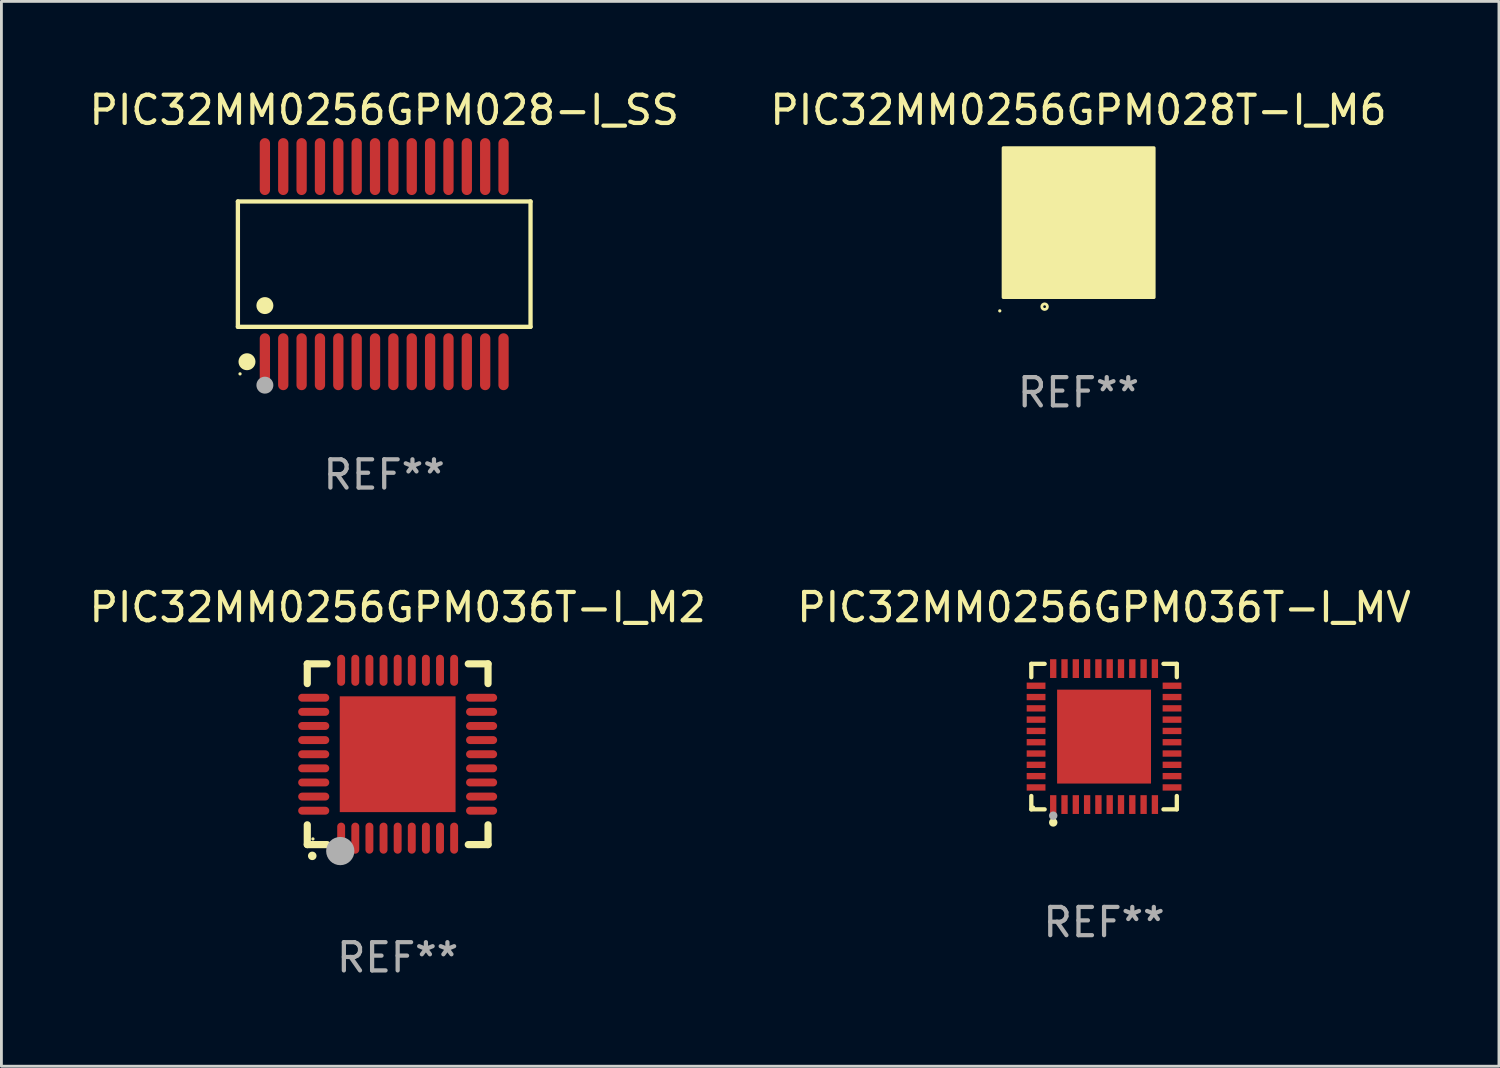
<source format=kicad_pcb>
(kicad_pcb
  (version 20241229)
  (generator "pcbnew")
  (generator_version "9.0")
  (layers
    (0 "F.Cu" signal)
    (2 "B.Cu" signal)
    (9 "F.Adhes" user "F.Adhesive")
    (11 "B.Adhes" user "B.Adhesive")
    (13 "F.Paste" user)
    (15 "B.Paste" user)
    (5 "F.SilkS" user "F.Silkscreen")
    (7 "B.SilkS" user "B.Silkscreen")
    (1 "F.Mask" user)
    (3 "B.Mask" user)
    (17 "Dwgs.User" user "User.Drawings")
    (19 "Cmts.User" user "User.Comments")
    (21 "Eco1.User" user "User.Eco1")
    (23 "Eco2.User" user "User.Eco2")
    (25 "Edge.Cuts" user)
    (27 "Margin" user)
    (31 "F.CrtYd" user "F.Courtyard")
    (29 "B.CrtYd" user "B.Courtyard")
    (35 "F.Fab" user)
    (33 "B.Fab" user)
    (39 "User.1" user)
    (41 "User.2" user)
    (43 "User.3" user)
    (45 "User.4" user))
  (footprint "PIC32MM0256GPM036T-I_M2"
    (layer "F.Cu")
    (at 11.03 23.655)
    (property "Reference" "PIC32MM0256GPM036T-I_M2" (at 0 -5.2 0) (layer "F.SilkS") (effects (font (size 1 1) (thickness 0.15))))
    (attr through_hole)
    (fp_line (start -3.2 -3.2) (end -2.5 -3.2) (stroke (width 0.254) (type solid)) (layer "F.SilkS"))
    (fp_line (start -3.2 -2.5) (end -3.2 -3.2) (stroke (width 0.254) (type solid)) (layer "F.SilkS"))
    (fp_line (start -3.2 3.2) (end -3.2 2.5) (stroke (width 0.254) (type solid)) (layer "F.SilkS"))
    (fp_line (start -2.5 3.2) (end -3.2 3.2) (stroke (width 0.254) (type solid)) (layer "F.SilkS"))
    (fp_line (start 3.2 -3.2) (end 2.5 -3.2) (stroke (width 0.254) (type solid)) (layer "F.SilkS"))
    (fp_line (start 3.2 -2.5) (end 3.2 -3.2) (stroke (width 0.254) (type solid)) (layer "F.SilkS"))
    (fp_line (start 3.2 2.5) (end 3.2 3.2) (stroke (width 0.254) (type solid)) (layer "F.SilkS"))
    (fp_line (start 3.2 3.2) (end 2.5 3.2) (stroke (width 0.254) (type solid)) (layer "F.SilkS"))
    (fp_arc (start -3.025146 3.599187) (mid -3.023876 3.599182) (end -3.022606 3.599187) (stroke (width 0.3) (type solid)) (layer "F.SilkS"))
    (fp_circle (center -3 3) (end -2.97 3) (stroke (width 0.06) (type solid)) (fill no) (layer "F.SilkS"))
    (fp_circle (center -2.032 3.429) (end -1.782 3.429) (stroke (width 0.5) (type solid)) (fill no) (layer "F.Fab"))
    (fp_text user "REF**" (at 0 7.2 0) (layer "F.Fab") (effects (font (size 1 1) (thickness 0.15))))
    (pad "1" smd oval (at -2 2.972) (size 0.28 1.1) (layers "F.Cu" "F.Mask" "F.Paste"))
    (pad "2" smd oval (at -1.5 2.972) (size 0.28 1.1) (layers "F.Cu" "F.Mask" "F.Paste"))
    (pad "3" smd oval (at -1 2.972) (size 0.28 1.1) (layers "F.Cu" "F.Mask" "F.Paste"))
    (pad "4" smd oval (at -0.5 2.972) (size 0.28 1.1) (layers "F.Cu" "F.Mask" "F.Paste"))
    (pad "5" smd oval (at 0.000102 2.972) (size 0.28 1.1) (layers "F.Cu" "F.Mask" "F.Paste"))
    (pad "6" smd oval (at 0.5 2.972) (size 0.28 1.1) (layers "F.Cu" "F.Mask" "F.Paste"))
    (pad "7" smd oval (at 1 2.972) (size 0.28 1.1) (layers "F.Cu" "F.Mask" "F.Paste"))
    (pad "8" smd oval (at 1.5 2.972) (size 0.28 1.1) (layers "F.Cu" "F.Mask" "F.Paste"))
    (pad "9" smd oval (at 2 2.972) (size 0.28 1.1) (layers "F.Cu" "F.Mask" "F.Paste"))
    (pad "10" smd oval (at 2.972 2 90) (size 0.28 1.1) (layers "F.Cu" "F.Mask" "F.Paste"))
    (pad "11" smd oval (at 2.972 1.5 90) (size 0.28 1.1) (layers "F.Cu" "F.Mask" "F.Paste"))
    (pad "12" smd oval (at 2.972 1 90) (size 0.28 1.1) (layers "F.Cu" "F.Mask" "F.Paste"))
    (pad "13" smd oval (at 2.972 0.5 90) (size 0.28 1.1) (layers "F.Cu" "F.Mask" "F.Paste"))
    (pad "14" smd oval (at 2.972 0.000102 90) (size 0.28 1.1) (layers "F.Cu" "F.Mask" "F.Paste"))
    (pad "15" smd oval (at 2.972 -0.5 90) (size 0.28 1.1) (layers "F.Cu" "F.Mask" "F.Paste"))
    (pad "16" smd oval (at 2.972 -1 90) (size 0.28 1.1) (layers "F.Cu" "F.Mask" "F.Paste"))
    (pad "17" smd oval (at 2.972 -1.5 90) (size 0.28 1.1) (layers "F.Cu" "F.Mask" "F.Paste"))
    (pad "18" smd oval (at 2.972 -2 90) (size 0.28 1.1) (layers "F.Cu" "F.Mask" "F.Paste"))
    (pad "19" smd oval (at 2 -2.972 180) (size 0.28 1.1) (layers "F.Cu" "F.Mask" "F.Paste"))
    (pad "20" smd oval (at 1.5 -2.972 180) (size 0.28 1.1) (layers "F.Cu" "F.Mask" "F.Paste"))
    (pad "21" smd oval (at 1 -2.972 180) (size 0.28 1.1) (layers "F.Cu" "F.Mask" "F.Paste"))
    (pad "22" smd oval (at 0.5 -2.972 180) (size 0.28 1.1) (layers "F.Cu" "F.Mask" "F.Paste"))
    (pad "23" smd oval (at 0.000102 -2.972 180) (size 0.28 1.1) (layers "F.Cu" "F.Mask" "F.Paste"))
    (pad "24" smd oval (at -0.5 -2.972 180) (size 0.28 1.1) (layers "F.Cu" "F.Mask" "F.Paste"))
    (pad "25" smd oval (at -1 -2.972 180) (size 0.28 1.1) (layers "F.Cu" "F.Mask" "F.Paste"))
    (pad "26" smd oval (at -1.5 -2.972 180) (size 0.28 1.1) (layers "F.Cu" "F.Mask" "F.Paste"))
    (pad "27" smd oval (at -2 -2.972 180) (size 0.28 1.1) (layers "F.Cu" "F.Mask" "F.Paste"))
    (pad "28" smd oval (at -2.972 -2 270) (size 0.28 1.1) (layers "F.Cu" "F.Mask" "F.Paste"))
    (pad "29" smd oval (at -2.972 -1.5 270) (size 0.28 1.1) (layers "F.Cu" "F.Mask" "F.Paste"))
    (pad "30" smd oval (at -2.972 -1 270) (size 0.28 1.1) (layers "F.Cu" "F.Mask" "F.Paste"))
    (pad "31" smd oval (at -2.972 -0.5 270) (size 0.28 1.1) (layers "F.Cu" "F.Mask" "F.Paste"))
    (pad "32" smd oval (at -2.972 0.000102 270) (size 0.28 1.1) (layers "F.Cu" "F.Mask" "F.Paste"))
    (pad "33" smd oval (at -2.972 0.5 270) (size 0.28 1.1) (layers "F.Cu" "F.Mask" "F.Paste"))
    (pad "34" smd oval (at -2.972 1 270) (size 0.28 1.1) (layers "F.Cu" "F.Mask" "F.Paste"))
    (pad "35" smd oval (at -2.972 1.5 270) (size 0.28 1.1) (layers "F.Cu" "F.Mask" "F.Paste"))
    (pad "36" smd oval (at -2.972 2 270) (size 0.28 1.1) (layers "F.Cu" "F.Mask" "F.Paste"))
    (pad "37" smd rect (at 0.000102 0.000102) (size 4.1 4.1) (layers "F.Cu" "F.Mask" "F.Paste")))
  (footprint "PIC32MM0256GPM036T-I_MV"
    (layer "F.Cu")
    (at 36.042 23.031)
    (property "Reference" "PIC32MM0256GPM036T-I_MV" (at 0 -4.576 0) (layer "F.SilkS") (effects (font (size 1 1) (thickness 0.15))))
    (attr through_hole)
    (fp_line (start -2.576 -2.576) (end -2.103 -2.576) (stroke (width 0.152) (type solid)) (layer "F.SilkS"))
    (fp_line (start -2.576 -2.103) (end -2.576 -2.576) (stroke (width 0.152) (type solid)) (layer "F.SilkS"))
    (fp_line (start -2.576 2.103) (end -2.576 2.576) (stroke (width 0.152) (type solid)) (layer "F.SilkS"))
    (fp_line (start -2.576 2.576) (end -2.103 2.576) (stroke (width 0.152) (type solid)) (layer "F.SilkS"))
    (fp_line (start 2.576 -2.576) (end 2.103 -2.576) (stroke (width 0.152) (type solid)) (layer "F.SilkS"))
    (fp_line (start 2.576 -2.103) (end 2.576 -2.576) (stroke (width 0.152) (type solid)) (layer "F.SilkS"))
    (fp_line (start 2.576 2.103) (end 2.576 2.576) (stroke (width 0.152) (type solid)) (layer "F.SilkS"))
    (fp_line (start 2.576 2.576) (end 2.103 2.576) (stroke (width 0.152) (type solid)) (layer "F.SilkS"))
    (fp_circle (center -2.5 2.5) (end -2.47 2.5) (stroke (width 0.06) (type solid)) (fill no) (layer "F.SilkS"))
    (fp_circle (center -1.8 3.04) (end -1.725 3.04) (stroke (width 0.15) (type solid)) (fill no) (layer "F.SilkS"))
    (fp_circle (center -1.8 2.8) (end -1.725 2.8) (stroke (width 0.15) (type solid)) (fill no) (layer "F.Fab"))
    (fp_text user "REF**" (at 0 6.576 0) (layer "F.Fab") (effects (font (size 1 1) (thickness 0.15))))
    (pad "1" smd rect (at -1.8 2.407) (size 0.224 0.665) (layers "F.Cu" "F.Mask" "F.Paste"))
    (pad "2" smd rect (at -1.4 2.407) (size 0.224 0.665) (layers "F.Cu" "F.Mask" "F.Paste"))
    (pad "3" smd rect (at -1 2.407) (size 0.224 0.665) (layers "F.Cu" "F.Mask" "F.Paste"))
    (pad "4" smd rect (at -0.6 2.407) (size 0.224 0.665) (layers "F.Cu" "F.Mask" "F.Paste"))
    (pad "5" smd rect (at -0.2 2.407) (size 0.224 0.665) (layers "F.Cu" "F.Mask" "F.Paste"))
    (pad "6" smd rect (at 0.2 2.407) (size 0.224 0.665) (layers "F.Cu" "F.Mask" "F.Paste"))
    (pad "7" smd rect (at 0.6 2.407) (size 0.224 0.665) (layers "F.Cu" "F.Mask" "F.Paste"))
    (pad "8" smd rect (at 1 2.407) (size 0.224 0.665) (layers "F.Cu" "F.Mask" "F.Paste"))
    (pad "9" smd rect (at 1.4 2.407) (size 0.224 0.665) (layers "F.Cu" "F.Mask" "F.Paste"))
    (pad "10" smd rect (at 1.8 2.407) (size 0.224 0.665) (layers "F.Cu" "F.Mask" "F.Paste"))
    (pad "11" smd rect (at 2.407 1.8) (size 0.665 0.224) (layers "F.Cu" "F.Mask" "F.Paste"))
    (pad "12" smd rect (at 2.407 1.4) (size 0.665 0.224) (layers "F.Cu" "F.Mask" "F.Paste"))
    (pad "13" smd rect (at 2.407 1) (size 0.665 0.224) (layers "F.Cu" "F.Mask" "F.Paste"))
    (pad "14" smd rect (at 2.407 0.6) (size 0.665 0.224) (layers "F.Cu" "F.Mask" "F.Paste"))
    (pad "15" smd rect (at 2.407 0.2) (size 0.665 0.224) (layers "F.Cu" "F.Mask" "F.Paste"))
    (pad "16" smd rect (at 2.407 -0.2) (size 0.665 0.224) (layers "F.Cu" "F.Mask" "F.Paste"))
    (pad "17" smd rect (at 2.407 -0.6) (size 0.665 0.224) (layers "F.Cu" "F.Mask" "F.Paste"))
    (pad "18" smd rect (at 2.407 -1) (size 0.665 0.224) (layers "F.Cu" "F.Mask" "F.Paste"))
    (pad "19" smd rect (at 2.407 -1.4) (size 0.665 0.224) (layers "F.Cu" "F.Mask" "F.Paste"))
    (pad "20" smd rect (at 2.407 -1.8) (size 0.665 0.224) (layers "F.Cu" "F.Mask" "F.Paste"))
    (pad "21" smd rect (at 1.8 -2.407) (size 0.224 0.665) (layers "F.Cu" "F.Mask" "F.Paste"))
    (pad "22" smd rect (at 1.4 -2.407) (size 0.224 0.665) (layers "F.Cu" "F.Mask" "F.Paste"))
    (pad "23" smd rect (at 1 -2.407) (size 0.224 0.665) (layers "F.Cu" "F.Mask" "F.Paste"))
    (pad "24" smd rect (at 0.6 -2.407) (size 0.224 0.665) (layers "F.Cu" "F.Mask" "F.Paste"))
    (pad "25" smd rect (at 0.2 -2.407) (size 0.224 0.665) (layers "F.Cu" "F.Mask" "F.Paste"))
    (pad "26" smd rect (at -0.2 -2.407) (size 0.224 0.665) (layers "F.Cu" "F.Mask" "F.Paste"))
    (pad "27" smd rect (at -0.6 -2.407) (size 0.224 0.665) (layers "F.Cu" "F.Mask" "F.Paste"))
    (pad "28" smd rect (at -1 -2.407) (size 0.224 0.665) (layers "F.Cu" "F.Mask" "F.Paste"))
    (pad "29" smd rect (at -1.4 -2.407) (size 0.224 0.665) (layers "F.Cu" "F.Mask" "F.Paste"))
    (pad "30" smd rect (at -1.8 -2.407) (size 0.224 0.665) (layers "F.Cu" "F.Mask" "F.Paste"))
    (pad "31" smd rect (at -2.407 -1.8) (size 0.665 0.224) (layers "F.Cu" "F.Mask" "F.Paste"))
    (pad "32" smd rect (at -2.407 -1.4) (size 0.665 0.224) (layers "F.Cu" "F.Mask" "F.Paste"))
    (pad "33" smd rect (at -2.407 -1) (size 0.665 0.224) (layers "F.Cu" "F.Mask" "F.Paste"))
    (pad "34" smd rect (at -2.407 -0.6) (size 0.665 0.224) (layers "F.Cu" "F.Mask" "F.Paste"))
    (pad "35" smd rect (at -2.407 -0.2) (size 0.665 0.224) (layers "F.Cu" "F.Mask" "F.Paste"))
    (pad "36" smd rect (at -2.407 0.2) (size 0.665 0.224) (layers "F.Cu" "F.Mask" "F.Paste"))
    (pad "37" smd rect (at -2.407 0.6) (size 0.665 0.224) (layers "F.Cu" "F.Mask" "F.Paste"))
    (pad "38" smd rect (at -2.407 1) (size 0.665 0.224) (layers "F.Cu" "F.Mask" "F.Paste"))
    (pad "39" smd rect (at -2.407 1.4) (size 0.665 0.224) (layers "F.Cu" "F.Mask" "F.Paste"))
    (pad "40" smd rect (at -2.407 1.8) (size 0.665 0.224) (layers "F.Cu" "F.Mask" "F.Paste"))
    (pad "41" smd rect (at 0 0) (size 3.325 3.325) (layers "F.Cu" "F.Mask" "F.Paste")))
  (footprint "PIC32MM0256GPM028T-I_M6"
    (layer "F.Cu")
    (at 35.137 4.848)
    (property "Reference" "PIC32MM0256GPM028T-I_M6" (at 0 -4 0) (layer "F.SilkS") (effects (font (size 1 1) (thickness 0.15))))
    (attr through_hole)
    (fp_circle (center -2.787 3.109) (end -2.757 3.109) (stroke (width 0.06) (type solid)) (fill no) (layer "F.SilkS"))
    (fp_circle (center -1.2 2.96) (end -1.101 2.96) (stroke (width 0.1) (type solid)) (fill no) (layer "F.SilkS"))
    (fp_poly (pts (xy -2.66 -2.66) (xy 2.67 -2.66) (xy 2.67 2.63) (xy -2.66 2.63)) (stroke (width 0.12) (type solid)) (fill yes) (layer "F.SilkS"))
    (fp_text user "REF**" (at 0 6 0) (layer "F.Fab") (effects (font (size 1 1) (thickness 0.15))))
    (pad "1" smd rect (at -1.2 2 180) (size 0.2 0.85) (layers "F.Cu" "F.Mask" "F.Paste"))
    (pad "2" smd rect (at -0.8 2 180) (size 0.2 0.85) (layers "F.Cu" "F.Mask" "F.Paste"))
    (pad "3" smd rect (at -0.4 2 180) (size 0.2 0.85) (layers "F.Cu" "F.Mask" "F.Paste"))
    (pad "4" smd rect (at -0.001 2 180) (size 0.2 0.85) (layers "F.Cu" "F.Mask" "F.Paste"))
    (pad "5" smd rect (at 0.4 2 180) (size 0.2 0.85) (layers "F.Cu" "F.Mask" "F.Paste"))
    (pad "6" smd rect (at 0.8 2 180) (size 0.2 0.85) (layers "F.Cu" "F.Mask" "F.Paste"))
    (pad "7" smd rect (at 1.2 2 180) (size 0.2 0.85) (layers "F.Cu" "F.Mask" "F.Paste"))
    (pad "8" smd rect (at 2 1.2 270) (size 0.2 0.85) (layers "F.Cu" "F.Mask" "F.Paste"))
    (pad "9" smd rect (at 2 0.8 270) (size 0.2 0.85) (layers "F.Cu" "F.Mask" "F.Paste"))
    (pad "10" smd rect (at 2 0.4 270) (size 0.2 0.85) (layers "F.Cu" "F.Mask" "F.Paste"))
    (pad "11" smd rect (at 2 0 270) (size 0.2 0.85) (layers "F.Cu" "F.Mask" "F.Paste"))
    (pad "12" smd rect (at 2 -0.4 270) (size 0.2 0.85) (layers "F.Cu" "F.Mask" "F.Paste"))
    (pad "13" smd rect (at 2 -0.8 270) (size 0.2 0.85) (layers "F.Cu" "F.Mask" "F.Paste"))
    (pad "14" smd rect (at 2 -1.2 270) (size 0.2 0.85) (layers "F.Cu" "F.Mask" "F.Paste"))
    (pad "15" smd rect (at 1.2 -2) (size 0.2 0.85) (layers "F.Cu" "F.Mask" "F.Paste"))
    (pad "16" smd rect (at 0.8 -2) (size 0.2 0.85) (layers "F.Cu" "F.Mask" "F.Paste"))
    (pad "17" smd rect (at 0.4 -2) (size 0.2 0.85) (layers "F.Cu" "F.Mask" "F.Paste"))
    (pad "18" smd rect (at 0 -2) (size 0.2 0.85) (layers "F.Cu" "F.Mask" "F.Paste"))
    (pad "19" smd rect (at -0.4 -2) (size 0.2 0.85) (layers "F.Cu" "F.Mask" "F.Paste"))
    (pad "20" smd rect (at -0.8 -2) (size 0.2 0.85) (layers "F.Cu" "F.Mask" "F.Paste"))
    (pad "21" smd rect (at -1.2 -2) (size 0.2 0.85) (layers "F.Cu" "F.Mask" "F.Paste"))
    (pad "22" smd rect (at -2 -1.2 90) (size 0.2 0.85) (layers "F.Cu" "F.Mask" "F.Paste"))
    (pad "23" smd rect (at -2 -0.8 90) (size 0.2 0.85) (layers "F.Cu" "F.Mask" "F.Paste"))
    (pad "24" smd rect (at -2 -0.4 90) (size 0.2 0.85) (layers "F.Cu" "F.Mask" "F.Paste"))
    (pad "25" smd rect (at -2 0 90) (size 0.2 0.85) (layers "F.Cu" "F.Mask" "F.Paste"))
    (pad "26" smd rect (at -2 0.4 90) (size 0.2 0.85) (layers "F.Cu" "F.Mask" "F.Paste"))
    (pad "27" smd rect (at -2 0.8 90) (size 0.2 0.85) (layers "F.Cu" "F.Mask" "F.Paste"))
    (pad "28" smd rect (at -2 1.2 90) (size 0.2 0.85) (layers "F.Cu" "F.Mask" "F.Paste"))
    (pad "29" smd rect (at -1.95 -1.95 90) (size 0.78 0.78) (layers "F.Cu" "F.Mask" "F.Paste"))
    (pad "29" smd rect (at -1.95 1.95 90) (size 0.78 0.78) (layers "F.Cu" "F.Mask" "F.Paste"))
    (pad "29" smd rect (at 0.000254 -0.02 90) (size 2.3 2.3) (layers "F.Cu" "F.Mask" "F.Paste"))
    (pad "29" smd rect (at 1.95 -1.95 90) (size 0.78 0.78) (layers "F.Cu" "F.Mask" "F.Paste"))
    (pad "29" smd rect (at 1.95 1.95 90) (size 0.78 0.78) (layers "F.Cu" "F.Mask" "F.Paste")))
  (footprint "PIC32MM0256GPM028-I_SS"
    (layer "F.Cu")
    (at 10.554 6.303)
    (property "Reference" "PIC32MM0256GPM028-I_SS" (at 0 -5.455 0) (layer "F.SilkS") (effects (font (size 1 1) (thickness 0.15))))
    (attr through_hole)
    (fp_line (start -5.181 -2.219) (end 5.181 -2.219) (stroke (width 0.152) (type solid)) (layer "F.SilkS"))
    (fp_line (start -5.181 2.219) (end -5.181 -2.219) (stroke (width 0.152) (type solid)) (layer "F.SilkS"))
    (fp_line (start 5.181 -2.219) (end 5.181 2.219) (stroke (width 0.152) (type solid)) (layer "F.SilkS"))
    (fp_line (start 5.181 2.219) (end -5.181 2.219) (stroke (width 0.152) (type solid)) (layer "F.SilkS"))
    (fp_circle (center -5.105 3.885) (end -5.075 3.885) (stroke (width 0.06) (type solid)) (fill no) (layer "F.SilkS"))
    (fp_circle (center -4.859 3.455) (end -4.709 3.455) (stroke (width 0.3) (type solid)) (fill no) (layer "F.SilkS"))
    (fp_circle (center -4.225 1.467) (end -4.075 1.467) (stroke (width 0.3) (type solid)) (fill no) (layer "F.SilkS"))
    (fp_circle (center -4.225 4.285) (end -4.075 4.285) (stroke (width 0.3) (type solid)) (fill no) (layer "F.Fab"))
    (fp_text user "REF**" (at 0 7.455 0) (layer "F.Fab") (effects (font (size 1 1) (thickness 0.15))))
    (pad "1" smd oval (at -4.225 3.455) (size 0.364 2.015) (layers "F.Cu" "F.Mask" "F.Paste"))
    (pad "2" smd oval (at -3.575 3.455) (size 0.364 2.015) (layers "F.Cu" "F.Mask" "F.Paste"))
    (pad "3" smd oval (at -2.925 3.455) (size 0.364 2.015) (layers "F.Cu" "F.Mask" "F.Paste"))
    (pad "4" smd oval (at -2.275 3.455) (size 0.364 2.015) (layers "F.Cu" "F.Mask" "F.Paste"))
    (pad "5" smd oval (at -1.625 3.455) (size 0.364 2.015) (layers "F.Cu" "F.Mask" "F.Paste"))
    (pad "6" smd oval (at -0.975 3.455) (size 0.364 2.015) (layers "F.Cu" "F.Mask" "F.Paste"))
    (pad "7" smd oval (at -0.325 3.455) (size 0.364 2.015) (layers "F.Cu" "F.Mask" "F.Paste"))
    (pad "8" smd oval (at 0.325 3.455) (size 0.364 2.015) (layers "F.Cu" "F.Mask" "F.Paste"))
    (pad "9" smd oval (at 0.975 3.455) (size 0.364 2.015) (layers "F.Cu" "F.Mask" "F.Paste"))
    (pad "10" smd oval (at 1.625 3.455) (size 0.364 2.015) (layers "F.Cu" "F.Mask" "F.Paste"))
    (pad "11" smd oval (at 2.275 3.455) (size 0.364 2.015) (layers "F.Cu" "F.Mask" "F.Paste"))
    (pad "12" smd oval (at 2.925 3.455) (size 0.364 2.015) (layers "F.Cu" "F.Mask" "F.Paste"))
    (pad "13" smd oval (at 3.575 3.455) (size 0.364 2.015) (layers "F.Cu" "F.Mask" "F.Paste"))
    (pad "14" smd oval (at 4.225 3.455) (size 0.364 2.015) (layers "F.Cu" "F.Mask" "F.Paste"))
    (pad "15" smd oval (at 4.225 -3.455) (size 0.364 2.015) (layers "F.Cu" "F.Mask" "F.Paste"))
    (pad "16" smd oval (at 3.575 -3.455) (size 0.364 2.015) (layers "F.Cu" "F.Mask" "F.Paste"))
    (pad "17" smd oval (at 2.925 -3.455) (size 0.364 2.015) (layers "F.Cu" "F.Mask" "F.Paste"))
    (pad "18" smd oval (at 2.275 -3.455) (size 0.364 2.015) (layers "F.Cu" "F.Mask" "F.Paste"))
    (pad "19" smd oval (at 1.625 -3.455) (size 0.364 2.015) (layers "F.Cu" "F.Mask" "F.Paste"))
    (pad "20" smd oval (at 0.975 -3.455) (size 0.364 2.015) (layers "F.Cu" "F.Mask" "F.Paste"))
    (pad "21" smd oval (at 0.325 -3.455) (size 0.364 2.015) (layers "F.Cu" "F.Mask" "F.Paste"))
    (pad "22" smd oval (at -0.325 -3.455) (size 0.364 2.015) (layers "F.Cu" "F.Mask" "F.Paste"))
    (pad "23" smd oval (at -0.975 -3.455) (size 0.364 2.015) (layers "F.Cu" "F.Mask" "F.Paste"))
    (pad "24" smd oval (at -1.625 -3.455) (size 0.364 2.015) (layers "F.Cu" "F.Mask" "F.Paste"))
    (pad "25" smd oval (at -2.275 -3.455) (size 0.364 2.015) (layers "F.Cu" "F.Mask" "F.Paste"))
    (pad "26" smd oval (at -2.925 -3.455) (size 0.364 2.015) (layers "F.Cu" "F.Mask" "F.Paste"))
    (pad "27" smd oval (at -3.575 -3.455) (size 0.364 2.015) (layers "F.Cu" "F.Mask" "F.Paste"))
    (pad "28" smd oval (at -4.225 -3.455) (size 0.364 2.015) (layers "F.Cu" "F.Mask" "F.Paste")))
  (gr_rect
    (start -3 -3)
    (end 50.024 34.703)
    (stroke (width 0.1) (type default))
    (fill no)
    (layer "Edge.Cuts")))
</source>
